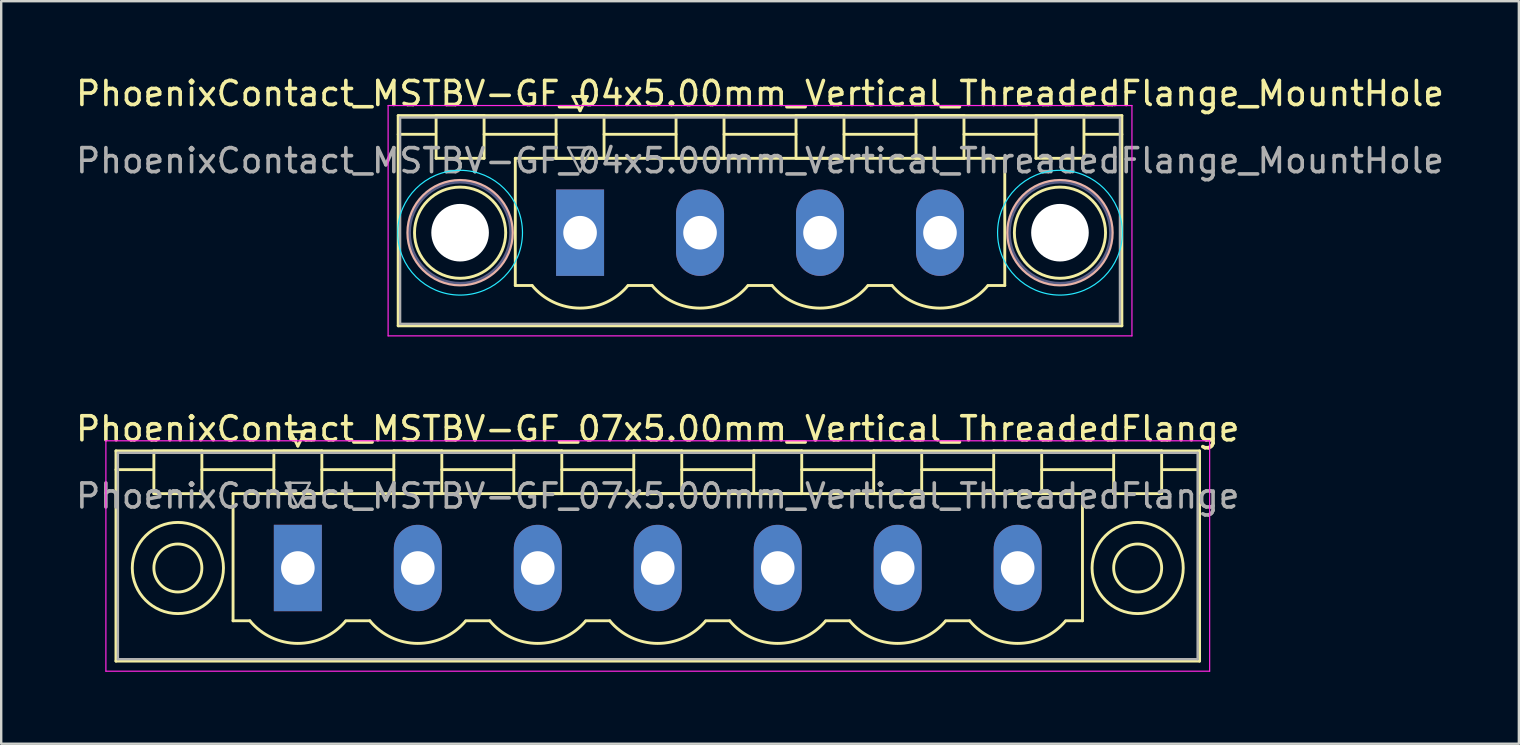
<source format=kicad_pcb>
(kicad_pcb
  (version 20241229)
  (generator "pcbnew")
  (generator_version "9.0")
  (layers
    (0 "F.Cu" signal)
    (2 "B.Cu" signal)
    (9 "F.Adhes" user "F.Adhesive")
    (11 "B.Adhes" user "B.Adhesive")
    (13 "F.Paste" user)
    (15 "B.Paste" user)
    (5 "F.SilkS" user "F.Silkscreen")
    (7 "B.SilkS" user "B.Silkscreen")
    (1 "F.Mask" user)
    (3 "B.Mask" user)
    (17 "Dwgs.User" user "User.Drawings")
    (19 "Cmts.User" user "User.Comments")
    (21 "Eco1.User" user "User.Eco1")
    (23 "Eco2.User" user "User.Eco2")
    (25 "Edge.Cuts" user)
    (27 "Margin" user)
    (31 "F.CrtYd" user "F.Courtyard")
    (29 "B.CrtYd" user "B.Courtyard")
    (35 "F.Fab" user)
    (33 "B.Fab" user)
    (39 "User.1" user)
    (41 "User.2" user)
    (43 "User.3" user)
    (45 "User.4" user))
  (footprint "PhoenixContact_MSTBV-GF_04x5.00mm_Vertical_ThreadedFlange_MountHole"
    (layer "F.Cu")
    (at 21.125 6.648)
    (property "Reference" "PhoenixContact_MSTBV-GF_04x5.00mm_Vertical_ThreadedFlange_MountHole" (at 7.5 -5.8 0) (layer "F.SilkS") (effects (font (size 1 1) (thickness 0.15))))
    (attr through_hole)
    (fp_line (start -7.58 -4.88) (end -7.58 3.88) (stroke (width 0.12) (type solid)) (layer "F.SilkS"))
    (fp_line (start -7.58 -4.1) (end -6.08 -4.1) (stroke (width 0.12) (type solid)) (layer "F.SilkS"))
    (fp_line (start -7.58 3.88) (end 22.58 3.88) (stroke (width 0.12) (type solid)) (layer "F.SilkS"))
    (fp_line (start -6 -4.88) (end -4 -4.88) (stroke (width 0.12) (type solid)) (layer "F.SilkS"))
    (fp_line (start -6 -3.1) (end -6 -4.88) (stroke (width 0.12) (type solid)) (layer "F.SilkS"))
    (fp_line (start -4 -4.88) (end -4 -3.1) (stroke (width 0.12) (type solid)) (layer "F.SilkS"))
    (fp_line (start -4 -4.1) (end -1 -4.1) (stroke (width 0.12) (type solid)) (layer "F.SilkS"))
    (fp_line (start -4 -3.1) (end -6 -3.1) (stroke (width 0.12) (type solid)) (layer "F.SilkS"))
    (fp_line (start -2.7 -3.1) (end 17.7 -3.1) (stroke (width 0.12) (type solid)) (layer "F.SilkS"))
    (fp_line (start -2.7 2.2) (end -2.7 -3.1) (stroke (width 0.12) (type solid)) (layer "F.SilkS"))
    (fp_line (start -2 2.2) (end -2.7 2.2) (stroke (width 0.12) (type solid)) (layer "F.SilkS"))
    (fp_line (start -1 -4.88) (end 1 -4.88) (stroke (width 0.12) (type solid)) (layer "F.SilkS"))
    (fp_line (start -1 -3.1) (end -1 -4.88) (stroke (width 0.12) (type solid)) (layer "F.SilkS"))
    (fp_line (start -0.3 -5.68) (end 0.3 -5.68) (stroke (width 0.12) (type solid)) (layer "F.SilkS"))
    (fp_line (start 0 -5.08) (end -0.3 -5.68) (stroke (width 0.12) (type solid)) (layer "F.SilkS"))
    (fp_line (start 0.3 -5.68) (end 0 -5.08) (stroke (width 0.12) (type solid)) (layer "F.SilkS"))
    (fp_line (start 1 -4.88) (end 1 -3.1) (stroke (width 0.12) (type solid)) (layer "F.SilkS"))
    (fp_line (start 1 -4.1) (end 4 -4.1) (stroke (width 0.12) (type solid)) (layer "F.SilkS"))
    (fp_line (start 1 -3.1) (end -1 -3.1) (stroke (width 0.12) (type solid)) (layer "F.SilkS"))
    (fp_line (start 2 2.2) (end 3 2.2) (stroke (width 0.12) (type solid)) (layer "F.SilkS"))
    (fp_line (start 4 -4.88) (end 6 -4.88) (stroke (width 0.12) (type solid)) (layer "F.SilkS"))
    (fp_line (start 4 -3.1) (end 4 -4.88) (stroke (width 0.12) (type solid)) (layer "F.SilkS"))
    (fp_line (start 6 -4.88) (end 6 -3.1) (stroke (width 0.12) (type solid)) (layer "F.SilkS"))
    (fp_line (start 6 -4.1) (end 9 -4.1) (stroke (width 0.12) (type solid)) (layer "F.SilkS"))
    (fp_line (start 6 -3.1) (end 4 -3.1) (stroke (width 0.12) (type solid)) (layer "F.SilkS"))
    (fp_line (start 7 2.2) (end 8 2.2) (stroke (width 0.12) (type solid)) (layer "F.SilkS"))
    (fp_line (start 9 -4.88) (end 11 -4.88) (stroke (width 0.12) (type solid)) (layer "F.SilkS"))
    (fp_line (start 9 -3.1) (end 9 -4.88) (stroke (width 0.12) (type solid)) (layer "F.SilkS"))
    (fp_line (start 11 -4.88) (end 11 -3.1) (stroke (width 0.12) (type solid)) (layer "F.SilkS"))
    (fp_line (start 11 -4.1) (end 14 -4.1) (stroke (width 0.12) (type solid)) (layer "F.SilkS"))
    (fp_line (start 11 -3.1) (end 9 -3.1) (stroke (width 0.12) (type solid)) (layer "F.SilkS"))
    (fp_line (start 12 2.2) (end 13 2.2) (stroke (width 0.12) (type solid)) (layer "F.SilkS"))
    (fp_line (start 14 -4.88) (end 16 -4.88) (stroke (width 0.12) (type solid)) (layer "F.SilkS"))
    (fp_line (start 14 -3.1) (end 14 -4.88) (stroke (width 0.12) (type solid)) (layer "F.SilkS"))
    (fp_line (start 16 -4.88) (end 16 -3.1) (stroke (width 0.12) (type solid)) (layer "F.SilkS"))
    (fp_line (start 16 -4.1) (end 19 -4.1) (stroke (width 0.12) (type solid)) (layer "F.SilkS"))
    (fp_line (start 16 -3.1) (end 14 -3.1) (stroke (width 0.12) (type solid)) (layer "F.SilkS"))
    (fp_line (start 17.7 -3.1) (end 17.7 2.2) (stroke (width 0.12) (type solid)) (layer "F.SilkS"))
    (fp_line (start 17.7 2.2) (end 17 2.2) (stroke (width 0.12) (type solid)) (layer "F.SilkS"))
    (fp_line (start 19 -4.88) (end 21 -4.88) (stroke (width 0.12) (type solid)) (layer "F.SilkS"))
    (fp_line (start 19 -3.1) (end 19 -4.88) (stroke (width 0.12) (type solid)) (layer "F.SilkS"))
    (fp_line (start 21 -4.88) (end 21 -3.1) (stroke (width 0.12) (type solid)) (layer "F.SilkS"))
    (fp_line (start 21 -3.1) (end 19 -3.1) (stroke (width 0.12) (type solid)) (layer "F.SilkS"))
    (fp_line (start 22.58 -4.88) (end -7.58 -4.88) (stroke (width 0.12) (type solid)) (layer "F.SilkS"))
    (fp_line (start 22.58 -4.1) (end 21.08 -4.1) (stroke (width 0.12) (type solid)) (layer "F.SilkS"))
    (fp_line (start 22.58 3.88) (end 22.58 -4.88) (stroke (width 0.12) (type solid)) (layer "F.SilkS"))
    (fp_arc (start 1.986842 2.215821) (mid -0.010289 3.142758) (end -2 2.2) (stroke (width 0.12) (type solid)) (layer "F.SilkS"))
    (fp_arc (start 6.986842 2.215821) (mid 4.989711 3.142758) (end 3 2.2) (stroke (width 0.12) (type solid)) (layer "F.SilkS"))
    (fp_arc (start 11.986842 2.215821) (mid 9.989711 3.142758) (end 8 2.2) (stroke (width 0.12) (type solid)) (layer "F.SilkS"))
    (fp_arc (start 16.986842 2.215821) (mid 14.989711 3.142758) (end 13 2.2) (stroke (width 0.12) (type solid)) (layer "F.SilkS"))
    (fp_circle (center -5 0) (end -3.1 0) (stroke (width 0.12) (type solid)) (fill no) (layer "F.SilkS"))
    (fp_circle (center 20 0) (end 21.9 0) (stroke (width 0.12) (type solid)) (fill no) (layer "F.SilkS"))
    (fp_circle (center -5 0) (end -2.82 0) (stroke (width 0.12) (type solid)) (fill no) (layer "B.SilkS"))
    (fp_circle (center 20 0) (end 22.18 0) (stroke (width 0.12) (type solid)) (fill no) (layer "B.SilkS"))
    (fp_circle (center -5 0) (end -2.4 0) (stroke (width 0.05) (type solid)) (fill no) (layer "B.CrtYd"))
    (fp_circle (center 20 0) (end 22.6 0) (stroke (width 0.05) (type solid)) (fill no) (layer "B.CrtYd"))
    (fp_line (start -8 -5.3) (end -8 4.3) (stroke (width 0.05) (type solid)) (layer "F.CrtYd"))
    (fp_line (start -8 4.3) (end 23 4.3) (stroke (width 0.05) (type solid)) (layer "F.CrtYd"))
    (fp_line (start 23 -5.3) (end -8 -5.3) (stroke (width 0.05) (type solid)) (layer "F.CrtYd"))
    (fp_line (start 23 4.3) (end 23 -5.3) (stroke (width 0.05) (type solid)) (layer "F.CrtYd"))
    (fp_circle (center -5 0) (end -2.9 0) (stroke (width 0.1) (type solid)) (fill no) (layer "B.Fab"))
    (fp_circle (center 20 0) (end 22.1 0) (stroke (width 0.1) (type solid)) (fill no) (layer "B.Fab"))
    (fp_line (start -7.5 -4.8) (end -7.5 3.8) (stroke (width 0.1) (type solid)) (layer "F.Fab"))
    (fp_line (start -7.5 3.8) (end 22.5 3.8) (stroke (width 0.1) (type solid)) (layer "F.Fab"))
    (fp_line (start -0.5 -3.55) (end 0.5 -3.55) (stroke (width 0.1) (type solid)) (layer "F.Fab"))
    (fp_line (start 0 -2.55) (end -0.5 -3.55) (stroke (width 0.1) (type solid)) (layer "F.Fab"))
    (fp_line (start 0.5 -3.55) (end 0 -2.55) (stroke (width 0.1) (type solid)) (layer "F.Fab"))
    (fp_line (start 22.5 -4.8) (end -7.5 -4.8) (stroke (width 0.1) (type solid)) (layer "F.Fab"))
    (fp_line (start 22.5 3.8) (end 22.5 -4.8) (stroke (width 0.1) (type solid)) (layer "F.Fab"))
    (fp_text user "${REFERENCE}" (at 7.5 -3 0) (layer "F.Fab") (effects (font (size 1 1) (thickness 0.15))))
    (pad "" np_thru_hole circle (at -5 0) (size 2.4 2.4) (drill 2.4) (layers "*.Cu" "*.Mask"))
    (pad "" np_thru_hole circle (at 20 0) (size 2.4 2.4) (drill 2.4) (layers "*.Cu" "*.Mask"))
    (pad "1" thru_hole rect (at 0 0) (size 2 3.6) (drill 1.4) (layers "*.Cu" "*.Mask"))
    (pad "2" thru_hole oval (at 5 0) (size 2 3.6) (drill 1.4) (layers "*.Cu" "*.Mask"))
    (pad "3" thru_hole oval (at 10 0) (size 2 3.6) (drill 1.4) (layers "*.Cu" "*.Mask"))
    (pad "4" thru_hole oval (at 15 0) (size 2 3.6) (drill 1.4) (layers "*.Cu" "*.Mask")))
  (footprint "PhoenixContact_MSTBV-GF_07x5.00mm_Vertical_ThreadedFlange"
    (layer "F.Cu")
    (at 9.363 20.622)
    (property "Reference" "PhoenixContact_MSTBV-GF_07x5.00mm_Vertical_ThreadedFlange" (at 15 -5.8 0) (layer "F.SilkS") (effects (font (size 1 1) (thickness 0.15))))
    (attr through_hole)
    (fp_line (start -7.58 -4.88) (end -7.58 3.88) (stroke (width 0.12) (type solid)) (layer "F.SilkS"))
    (fp_line (start -7.58 -4.1) (end -6.08 -4.1) (stroke (width 0.12) (type solid)) (layer "F.SilkS"))
    (fp_line (start -7.58 3.88) (end 37.58 3.88) (stroke (width 0.12) (type solid)) (layer "F.SilkS"))
    (fp_line (start -6 -4.88) (end -4 -4.88) (stroke (width 0.12) (type solid)) (layer "F.SilkS"))
    (fp_line (start -6 -3.1) (end -6 -4.88) (stroke (width 0.12) (type solid)) (layer "F.SilkS"))
    (fp_line (start -4 -4.88) (end -4 -3.1) (stroke (width 0.12) (type solid)) (layer "F.SilkS"))
    (fp_line (start -4 -4.1) (end -1 -4.1) (stroke (width 0.12) (type solid)) (layer "F.SilkS"))
    (fp_line (start -4 -3.1) (end -6 -3.1) (stroke (width 0.12) (type solid)) (layer "F.SilkS"))
    (fp_line (start -2.7 -3.1) (end 32.7 -3.1) (stroke (width 0.12) (type solid)) (layer "F.SilkS"))
    (fp_line (start -2.7 2.2) (end -2.7 -3.1) (stroke (width 0.12) (type solid)) (layer "F.SilkS"))
    (fp_line (start -2 2.2) (end -2.7 2.2) (stroke (width 0.12) (type solid)) (layer "F.SilkS"))
    (fp_line (start -1 -4.88) (end 1 -4.88) (stroke (width 0.12) (type solid)) (layer "F.SilkS"))
    (fp_line (start -1 -3.1) (end -1 -4.88) (stroke (width 0.12) (type solid)) (layer "F.SilkS"))
    (fp_line (start -0.3 -5.68) (end 0.3 -5.68) (stroke (width 0.12) (type solid)) (layer "F.SilkS"))
    (fp_line (start 0 -5.08) (end -0.3 -5.68) (stroke (width 0.12) (type solid)) (layer "F.SilkS"))
    (fp_line (start 0.3 -5.68) (end 0 -5.08) (stroke (width 0.12) (type solid)) (layer "F.SilkS"))
    (fp_line (start 1 -4.88) (end 1 -3.1) (stroke (width 0.12) (type solid)) (layer "F.SilkS"))
    (fp_line (start 1 -4.1) (end 4 -4.1) (stroke (width 0.12) (type solid)) (layer "F.SilkS"))
    (fp_line (start 1 -3.1) (end -1 -3.1) (stroke (width 0.12) (type solid)) (layer "F.SilkS"))
    (fp_line (start 2 2.2) (end 3 2.2) (stroke (width 0.12) (type solid)) (layer "F.SilkS"))
    (fp_line (start 4 -4.88) (end 6 -4.88) (stroke (width 0.12) (type solid)) (layer "F.SilkS"))
    (fp_line (start 4 -3.1) (end 4 -4.88) (stroke (width 0.12) (type solid)) (layer "F.SilkS"))
    (fp_line (start 6 -4.88) (end 6 -3.1) (stroke (width 0.12) (type solid)) (layer "F.SilkS"))
    (fp_line (start 6 -4.1) (end 9 -4.1) (stroke (width 0.12) (type solid)) (layer "F.SilkS"))
    (fp_line (start 6 -3.1) (end 4 -3.1) (stroke (width 0.12) (type solid)) (layer "F.SilkS"))
    (fp_line (start 7 2.2) (end 8 2.2) (stroke (width 0.12) (type solid)) (layer "F.SilkS"))
    (fp_line (start 9 -4.88) (end 11 -4.88) (stroke (width 0.12) (type solid)) (layer "F.SilkS"))
    (fp_line (start 9 -3.1) (end 9 -4.88) (stroke (width 0.12) (type solid)) (layer "F.SilkS"))
    (fp_line (start 11 -4.88) (end 11 -3.1) (stroke (width 0.12) (type solid)) (layer "F.SilkS"))
    (fp_line (start 11 -4.1) (end 14 -4.1) (stroke (width 0.12) (type solid)) (layer "F.SilkS"))
    (fp_line (start 11 -3.1) (end 9 -3.1) (stroke (width 0.12) (type solid)) (layer "F.SilkS"))
    (fp_line (start 12 2.2) (end 13 2.2) (stroke (width 0.12) (type solid)) (layer "F.SilkS"))
    (fp_line (start 14 -4.88) (end 16 -4.88) (stroke (width 0.12) (type solid)) (layer "F.SilkS"))
    (fp_line (start 14 -3.1) (end 14 -4.88) (stroke (width 0.12) (type solid)) (layer "F.SilkS"))
    (fp_line (start 16 -4.88) (end 16 -3.1) (stroke (width 0.12) (type solid)) (layer "F.SilkS"))
    (fp_line (start 16 -4.1) (end 19 -4.1) (stroke (width 0.12) (type solid)) (layer "F.SilkS"))
    (fp_line (start 16 -3.1) (end 14 -3.1) (stroke (width 0.12) (type solid)) (layer "F.SilkS"))
    (fp_line (start 17 2.2) (end 18 2.2) (stroke (width 0.12) (type solid)) (layer "F.SilkS"))
    (fp_line (start 19 -4.88) (end 21 -4.88) (stroke (width 0.12) (type solid)) (layer "F.SilkS"))
    (fp_line (start 19 -3.1) (end 19 -4.88) (stroke (width 0.12) (type solid)) (layer "F.SilkS"))
    (fp_line (start 21 -4.88) (end 21 -3.1) (stroke (width 0.12) (type solid)) (layer "F.SilkS"))
    (fp_line (start 21 -4.1) (end 24 -4.1) (stroke (width 0.12) (type solid)) (layer "F.SilkS"))
    (fp_line (start 21 -3.1) (end 19 -3.1) (stroke (width 0.12) (type solid)) (layer "F.SilkS"))
    (fp_line (start 22 2.2) (end 23 2.2) (stroke (width 0.12) (type solid)) (layer "F.SilkS"))
    (fp_line (start 24 -4.88) (end 26 -4.88) (stroke (width 0.12) (type solid)) (layer "F.SilkS"))
    (fp_line (start 24 -3.1) (end 24 -4.88) (stroke (width 0.12) (type solid)) (layer "F.SilkS"))
    (fp_line (start 26 -4.88) (end 26 -3.1) (stroke (width 0.12) (type solid)) (layer "F.SilkS"))
    (fp_line (start 26 -4.1) (end 29 -4.1) (stroke (width 0.12) (type solid)) (layer "F.SilkS"))
    (fp_line (start 26 -3.1) (end 24 -3.1) (stroke (width 0.12) (type solid)) (layer "F.SilkS"))
    (fp_line (start 27 2.2) (end 28 2.2) (stroke (width 0.12) (type solid)) (layer "F.SilkS"))
    (fp_line (start 29 -4.88) (end 31 -4.88) (stroke (width 0.12) (type solid)) (layer "F.SilkS"))
    (fp_line (start 29 -3.1) (end 29 -4.88) (stroke (width 0.12) (type solid)) (layer "F.SilkS"))
    (fp_line (start 31 -4.88) (end 31 -3.1) (stroke (width 0.12) (type solid)) (layer "F.SilkS"))
    (fp_line (start 31 -4.1) (end 34 -4.1) (stroke (width 0.12) (type solid)) (layer "F.SilkS"))
    (fp_line (start 31 -3.1) (end 29 -3.1) (stroke (width 0.12) (type solid)) (layer "F.SilkS"))
    (fp_line (start 32.7 -3.1) (end 32.7 2.2) (stroke (width 0.12) (type solid)) (layer "F.SilkS"))
    (fp_line (start 32.7 2.2) (end 32 2.2) (stroke (width 0.12) (type solid)) (layer "F.SilkS"))
    (fp_line (start 34 -4.88) (end 36 -4.88) (stroke (width 0.12) (type solid)) (layer "F.SilkS"))
    (fp_line (start 34 -3.1) (end 34 -4.88) (stroke (width 0.12) (type solid)) (layer "F.SilkS"))
    (fp_line (start 36 -4.88) (end 36 -3.1) (stroke (width 0.12) (type solid)) (layer "F.SilkS"))
    (fp_line (start 36 -3.1) (end 34 -3.1) (stroke (width 0.12) (type solid)) (layer "F.SilkS"))
    (fp_line (start 37.58 -4.88) (end -7.58 -4.88) (stroke (width 0.12) (type solid)) (layer "F.SilkS"))
    (fp_line (start 37.58 -4.1) (end 36.08 -4.1) (stroke (width 0.12) (type solid)) (layer "F.SilkS"))
    (fp_line (start 37.58 3.88) (end 37.58 -4.88) (stroke (width 0.12) (type solid)) (layer "F.SilkS"))
    (fp_arc (start 1.986842 2.215821) (mid -0.010289 3.142758) (end -2 2.2) (stroke (width 0.12) (type solid)) (layer "F.SilkS"))
    (fp_arc (start 6.986842 2.215821) (mid 4.989711 3.142758) (end 3 2.2) (stroke (width 0.12) (type solid)) (layer "F.SilkS"))
    (fp_arc (start 11.986842 2.215821) (mid 9.989711 3.142758) (end 8 2.2) (stroke (width 0.12) (type solid)) (layer "F.SilkS"))
    (fp_arc (start 16.986842 2.215821) (mid 14.989711 3.142758) (end 13 2.2) (stroke (width 0.12) (type solid)) (layer "F.SilkS"))
    (fp_arc (start 21.986842 2.215821) (mid 19.989711 3.142758) (end 18 2.2) (stroke (width 0.12) (type solid)) (layer "F.SilkS"))
    (fp_arc (start 26.986842 2.215821) (mid 24.989711 3.142758) (end 23 2.2) (stroke (width 0.12) (type solid)) (layer "F.SilkS"))
    (fp_arc (start 31.986842 2.215821) (mid 29.989711 3.142758) (end 28 2.2) (stroke (width 0.12) (type solid)) (layer "F.SilkS"))
    (fp_circle (center -5 0) (end -4 0) (stroke (width 0.12) (type solid)) (fill no) (layer "F.SilkS"))
    (fp_circle (center -5 0) (end -3.1 0) (stroke (width 0.12) (type solid)) (fill no) (layer "F.SilkS"))
    (fp_circle (center 35 0) (end 36 0) (stroke (width 0.12) (type solid)) (fill no) (layer "F.SilkS"))
    (fp_circle (center 35 0) (end 36.9 0) (stroke (width 0.12) (type solid)) (fill no) (layer "F.SilkS"))
    (fp_line (start -8 -5.3) (end -8 4.3) (stroke (width 0.05) (type solid)) (layer "F.CrtYd"))
    (fp_line (start -8 4.3) (end 38 4.3) (stroke (width 0.05) (type solid)) (layer "F.CrtYd"))
    (fp_line (start 38 -5.3) (end -8 -5.3) (stroke (width 0.05) (type solid)) (layer "F.CrtYd"))
    (fp_line (start 38 4.3) (end 38 -5.3) (stroke (width 0.05) (type solid)) (layer "F.CrtYd"))
    (fp_line (start -7.5 -4.8) (end -7.5 3.8) (stroke (width 0.1) (type solid)) (layer "F.Fab"))
    (fp_line (start -7.5 3.8) (end 37.5 3.8) (stroke (width 0.1) (type solid)) (layer "F.Fab"))
    (fp_line (start -0.5 -3.55) (end 0.5 -3.55) (stroke (width 0.1) (type solid)) (layer "F.Fab"))
    (fp_line (start 0 -2.55) (end -0.5 -3.55) (stroke (width 0.1) (type solid)) (layer "F.Fab"))
    (fp_line (start 0.5 -3.55) (end 0 -2.55) (stroke (width 0.1) (type solid)) (layer "F.Fab"))
    (fp_line (start 37.5 -4.8) (end -7.5 -4.8) (stroke (width 0.1) (type solid)) (layer "F.Fab"))
    (fp_line (start 37.5 3.8) (end 37.5 -4.8) (stroke (width 0.1) (type solid)) (layer "F.Fab"))
    (fp_text user "${REFERENCE}" (at 15 -3 0) (layer "F.Fab") (effects (font (size 1 1) (thickness 0.15))))
    (pad "1" thru_hole rect (at 0 0) (size 2 3.6) (drill 1.4) (layers "*.Cu" "*.Mask"))
    (pad "2" thru_hole oval (at 5 0) (size 2 3.6) (drill 1.4) (layers "*.Cu" "*.Mask"))
    (pad "3" thru_hole oval (at 10 0) (size 2 3.6) (drill 1.4) (layers "*.Cu" "*.Mask"))
    (pad "4" thru_hole oval (at 15 0) (size 2 3.6) (drill 1.4) (layers "*.Cu" "*.Mask"))
    (pad "5" thru_hole oval (at 20 0) (size 2 3.6) (drill 1.4) (layers "*.Cu" "*.Mask"))
    (pad "6" thru_hole oval (at 25 0) (size 2 3.6) (drill 1.4) (layers "*.Cu" "*.Mask"))
    (pad "7" thru_hole oval (at 30 0) (size 2 3.6) (drill 1.4) (layers "*.Cu" "*.Mask")))
  (gr_rect
    (start -3 -3)
    (end 60.25 27.947)
    (stroke (width 0.1) (type default))
    (fill no)
    (layer "Edge.Cuts")))
</source>
